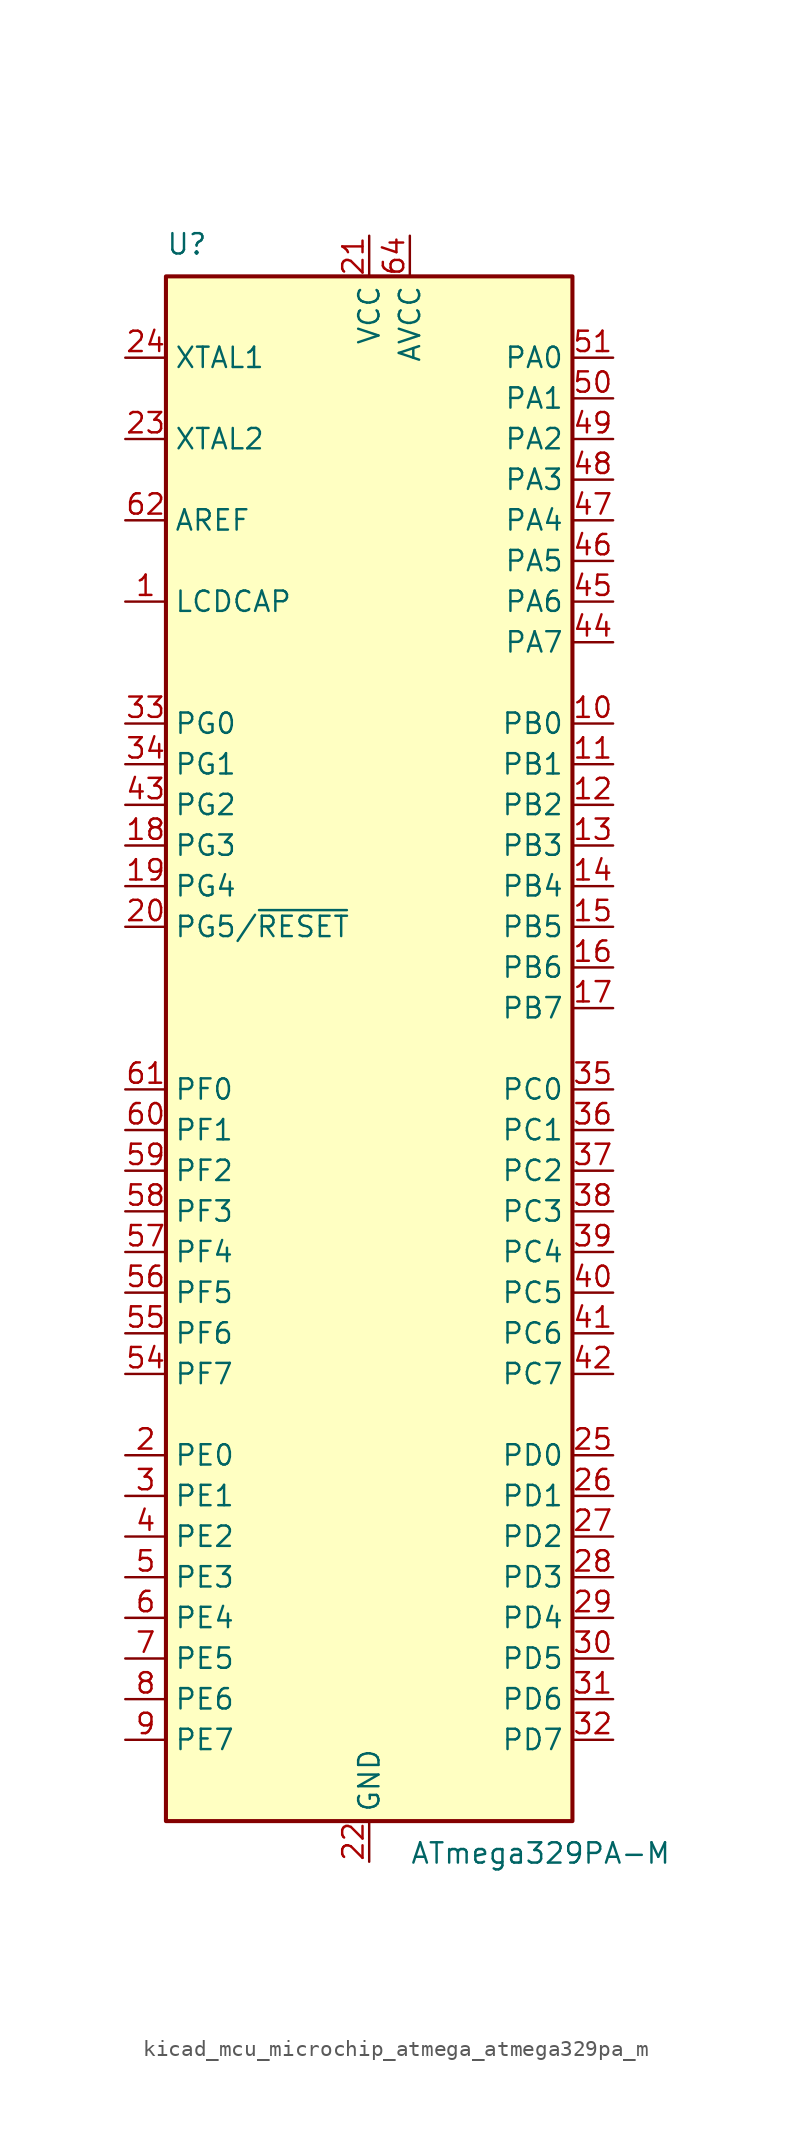
<source format=kicad_sym>
(kicad_symbol_lib
  (version 20220914)
  (generator kicad_symbol_editor)
  (symbol "kicad_mcu_microchip_atmega_atmega329pa_m"
    (property "Reference" "U"
      (at -12.7 49.53 0)
      (effects (font (size 1.27 1.27)) (justify left bottom)))
    (property "Value" "ATmega329PA-M"
      (at 2.54 -49.53 0)
      (effects (font (size 1.27 1.27)) (justify left top)))
    (symbol "kicad_mcu_microchip_atmega_atmega329pa_m_0_1"
      (rectangle (start -12.7 -48.26) (end 12.7 48.26) (stroke (width 0.254) (type default)) (fill (type background))))
    (symbol "kicad_mcu_microchip_atmega_atmega329pa_m_1_1"
      (pin passive line (at -15.24 27.94 0) (length 2.54) (name "LCDCAP" (effects (font (size 1.27 1.27)))) (number "1" (effects (font (size 1.27 1.27)))))
      (pin bidirectional line (at 15.24 20.32 180) (length 2.54) (name "PB0" (effects (font (size 1.27 1.27)))) (number "10" (effects (font (size 1.27 1.27)))))
      (pin bidirectional line (at 15.24 17.78 180) (length 2.54) (name "PB1" (effects (font (size 1.27 1.27)))) (number "11" (effects (font (size 1.27 1.27)))))
      (pin bidirectional line (at 15.24 15.24 180) (length 2.54) (name "PB2" (effects (font (size 1.27 1.27)))) (number "12" (effects (font (size 1.27 1.27)))))
      (pin bidirectional line (at 15.24 12.7 180) (length 2.54) (name "PB3" (effects (font (size 1.27 1.27)))) (number "13" (effects (font (size 1.27 1.27)))))
      (pin bidirectional line (at 15.24 10.16 180) (length 2.54) (name "PB4" (effects (font (size 1.27 1.27)))) (number "14" (effects (font (size 1.27 1.27)))))
      (pin bidirectional line (at 15.24 7.62 180) (length 2.54) (name "PB5" (effects (font (size 1.27 1.27)))) (number "15" (effects (font (size 1.27 1.27)))))
      (pin bidirectional line (at 15.24 5.08 180) (length 2.54) (name "PB6" (effects (font (size 1.27 1.27)))) (number "16" (effects (font (size 1.27 1.27)))))
      (pin bidirectional line (at 15.24 2.54 180) (length 2.54) (name "PB7" (effects (font (size 1.27 1.27)))) (number "17" (effects (font (size 1.27 1.27)))))
      (pin bidirectional line (at -15.24 12.7 0) (length 2.54) (name "PG3" (effects (font (size 1.27 1.27)))) (number "18" (effects (font (size 1.27 1.27)))))
      (pin bidirectional line (at -15.24 10.16 0) (length 2.54) (name "PG4" (effects (font (size 1.27 1.27)))) (number "19" (effects (font (size 1.27 1.27)))))
      (pin bidirectional line (at -15.24 -25.4 0) (length 2.54) (name "PE0" (effects (font (size 1.27 1.27)))) (number "2" (effects (font (size 1.27 1.27)))))
      (pin bidirectional line (at -15.24 7.62 0) (length 2.54) (name "PG5/~{RESET}" (effects (font (size 1.27 1.27)))) (number "20" (effects (font (size 1.27 1.27)))))
      (pin power_in line (at 0 50.8 270) (length 2.54) (name "VCC" (effects (font (size 1.27 1.27)))) (number "21" (effects (font (size 1.27 1.27)))))
      (pin power_in line (at 0 -50.8 90) (length 2.54) (name "GND" (effects (font (size 1.27 1.27)))) (number "22" (effects (font (size 1.27 1.27)))))
      (pin output line (at -15.24 38.1 0) (length 2.54) (name "XTAL2" (effects (font (size 1.27 1.27)))) (number "23" (effects (font (size 1.27 1.27)))))
      (pin input line (at -15.24 43.18 0) (length 2.54) (name "XTAL1" (effects (font (size 1.27 1.27)))) (number "24" (effects (font (size 1.27 1.27)))))
      (pin bidirectional line (at 15.24 -25.4 180) (length 2.54) (name "PD0" (effects (font (size 1.27 1.27)))) (number "25" (effects (font (size 1.27 1.27)))))
      (pin bidirectional line (at 15.24 -27.94 180) (length 2.54) (name "PD1" (effects (font (size 1.27 1.27)))) (number "26" (effects (font (size 1.27 1.27)))))
      (pin bidirectional line (at 15.24 -30.48 180) (length 2.54) (name "PD2" (effects (font (size 1.27 1.27)))) (number "27" (effects (font (size 1.27 1.27)))))
      (pin bidirectional line (at 15.24 -33.02 180) (length 2.54) (name "PD3" (effects (font (size 1.27 1.27)))) (number "28" (effects (font (size 1.27 1.27)))))
      (pin bidirectional line (at 15.24 -35.56 180) (length 2.54) (name "PD4" (effects (font (size 1.27 1.27)))) (number "29" (effects (font (size 1.27 1.27)))))
      (pin bidirectional line (at -15.24 -27.94 0) (length 2.54) (name "PE1" (effects (font (size 1.27 1.27)))) (number "3" (effects (font (size 1.27 1.27)))))
      (pin bidirectional line (at 15.24 -38.1 180) (length 2.54) (name "PD5" (effects (font (size 1.27 1.27)))) (number "30" (effects (font (size 1.27 1.27)))))
      (pin bidirectional line (at 15.24 -40.64 180) (length 2.54) (name "PD6" (effects (font (size 1.27 1.27)))) (number "31" (effects (font (size 1.27 1.27)))))
      (pin bidirectional line (at 15.24 -43.18 180) (length 2.54) (name "PD7" (effects (font (size 1.27 1.27)))) (number "32" (effects (font (size 1.27 1.27)))))
      (pin bidirectional line (at -15.24 20.32 0) (length 2.54) (name "PG0" (effects (font (size 1.27 1.27)))) (number "33" (effects (font (size 1.27 1.27)))))
      (pin bidirectional line (at -15.24 17.78 0) (length 2.54) (name "PG1" (effects (font (size 1.27 1.27)))) (number "34" (effects (font (size 1.27 1.27)))))
      (pin bidirectional line (at 15.24 -2.54 180) (length 2.54) (name "PC0" (effects (font (size 1.27 1.27)))) (number "35" (effects (font (size 1.27 1.27)))))
      (pin bidirectional line (at 15.24 -5.08 180) (length 2.54) (name "PC1" (effects (font (size 1.27 1.27)))) (number "36" (effects (font (size 1.27 1.27)))))
      (pin bidirectional line (at 15.24 -7.62 180) (length 2.54) (name "PC2" (effects (font (size 1.27 1.27)))) (number "37" (effects (font (size 1.27 1.27)))))
      (pin bidirectional line (at 15.24 -10.16 180) (length 2.54) (name "PC3" (effects (font (size 1.27 1.27)))) (number "38" (effects (font (size 1.27 1.27)))))
      (pin bidirectional line (at 15.24 -12.7 180) (length 2.54) (name "PC4" (effects (font (size 1.27 1.27)))) (number "39" (effects (font (size 1.27 1.27)))))
      (pin bidirectional line (at -15.24 -30.48 0) (length 2.54) (name "PE2" (effects (font (size 1.27 1.27)))) (number "4" (effects (font (size 1.27 1.27)))))
      (pin bidirectional line (at 15.24 -15.24 180) (length 2.54) (name "PC5" (effects (font (size 1.27 1.27)))) (number "40" (effects (font (size 1.27 1.27)))))
      (pin bidirectional line (at 15.24 -17.78 180) (length 2.54) (name "PC6" (effects (font (size 1.27 1.27)))) (number "41" (effects (font (size 1.27 1.27)))))
      (pin bidirectional line (at 15.24 -20.32 180) (length 2.54) (name "PC7" (effects (font (size 1.27 1.27)))) (number "42" (effects (font (size 1.27 1.27)))))
      (pin bidirectional line (at -15.24 15.24 0) (length 2.54) (name "PG2" (effects (font (size 1.27 1.27)))) (number "43" (effects (font (size 1.27 1.27)))))
      (pin bidirectional line (at 15.24 25.4 180) (length 2.54) (name "PA7" (effects (font (size 1.27 1.27)))) (number "44" (effects (font (size 1.27 1.27)))))
      (pin bidirectional line (at 15.24 27.94 180) (length 2.54) (name "PA6" (effects (font (size 1.27 1.27)))) (number "45" (effects (font (size 1.27 1.27)))))
      (pin bidirectional line (at 15.24 30.48 180) (length 2.54) (name "PA5" (effects (font (size 1.27 1.27)))) (number "46" (effects (font (size 1.27 1.27)))))
      (pin bidirectional line (at 15.24 33.02 180) (length 2.54) (name "PA4" (effects (font (size 1.27 1.27)))) (number "47" (effects (font (size 1.27 1.27)))))
      (pin bidirectional line (at 15.24 35.56 180) (length 2.54) (name "PA3" (effects (font (size 1.27 1.27)))) (number "48" (effects (font (size 1.27 1.27)))))
      (pin bidirectional line (at 15.24 38.1 180) (length 2.54) (name "PA2" (effects (font (size 1.27 1.27)))) (number "49" (effects (font (size 1.27 1.27)))))
      (pin bidirectional line (at -15.24 -33.02 0) (length 2.54) (name "PE3" (effects (font (size 1.27 1.27)))) (number "5" (effects (font (size 1.27 1.27)))))
      (pin bidirectional line (at 15.24 40.64 180) (length 2.54) (name "PA1" (effects (font (size 1.27 1.27)))) (number "50" (effects (font (size 1.27 1.27)))))
      (pin bidirectional line (at 15.24 43.18 180) (length 2.54) (name "PA0" (effects (font (size 1.27 1.27)))) (number "51" (effects (font (size 1.27 1.27)))))
      (pin passive line (at 0 50.8 270) (length 2.54) hide (name "VCC" (effects (font (size 1.27 1.27)))) (number "52" (effects (font (size 1.27 1.27)))))
      (pin passive line (at 0 -50.8 90) (length 2.54) hide (name "GND" (effects (font (size 1.27 1.27)))) (number "53" (effects (font (size 1.27 1.27)))))
      (pin bidirectional line (at -15.24 -20.32 0) (length 2.54) (name "PF7" (effects (font (size 1.27 1.27)))) (number "54" (effects (font (size 1.27 1.27)))))
      (pin bidirectional line (at -15.24 -17.78 0) (length 2.54) (name "PF6" (effects (font (size 1.27 1.27)))) (number "55" (effects (font (size 1.27 1.27)))))
      (pin bidirectional line (at -15.24 -15.24 0) (length 2.54) (name "PF5" (effects (font (size 1.27 1.27)))) (number "56" (effects (font (size 1.27 1.27)))))
      (pin bidirectional line (at -15.24 -12.7 0) (length 2.54) (name "PF4" (effects (font (size 1.27 1.27)))) (number "57" (effects (font (size 1.27 1.27)))))
      (pin bidirectional line (at -15.24 -10.16 0) (length 2.54) (name "PF3" (effects (font (size 1.27 1.27)))) (number "58" (effects (font (size 1.27 1.27)))))
      (pin bidirectional line (at -15.24 -7.62 0) (length 2.54) (name "PF2" (effects (font (size 1.27 1.27)))) (number "59" (effects (font (size 1.27 1.27)))))
      (pin bidirectional line (at -15.24 -35.56 0) (length 2.54) (name "PE4" (effects (font (size 1.27 1.27)))) (number "6" (effects (font (size 1.27 1.27)))))
      (pin bidirectional line (at -15.24 -5.08 0) (length 2.54) (name "PF1" (effects (font (size 1.27 1.27)))) (number "60" (effects (font (size 1.27 1.27)))))
      (pin bidirectional line (at -15.24 -2.54 0) (length 2.54) (name "PF0" (effects (font (size 1.27 1.27)))) (number "61" (effects (font (size 1.27 1.27)))))
      (pin passive line (at -15.24 33.02 0) (length 2.54) (name "AREF" (effects (font (size 1.27 1.27)))) (number "62" (effects (font (size 1.27 1.27)))))
      (pin passive line (at 0 -50.8 90) (length 2.54) hide (name "GND" (effects (font (size 1.27 1.27)))) (number "63" (effects (font (size 1.27 1.27)))))
      (pin power_in line (at 2.54 50.8 270) (length 2.54) (name "AVCC" (effects (font (size 1.27 1.27)))) (number "64" (effects (font (size 1.27 1.27)))))
      (pin passive line (at 0 -50.8 90) (length 2.54) hide (name "GND" (effects (font (size 1.27 1.27)))) (number "65" (effects (font (size 1.27 1.27)))))
      (pin bidirectional line (at -15.24 -38.1 0) (length 2.54) (name "PE5" (effects (font (size 1.27 1.27)))) (number "7" (effects (font (size 1.27 1.27)))))
      (pin bidirectional line (at -15.24 -40.64 0) (length 2.54) (name "PE6" (effects (font (size 1.27 1.27)))) (number "8" (effects (font (size 1.27 1.27)))))
      (pin bidirectional line (at -15.24 -43.18 0) (length 2.54) (name "PE7" (effects (font (size 1.27 1.27)))) (number "9" (effects (font (size 1.27 1.27))))))))
</source>
